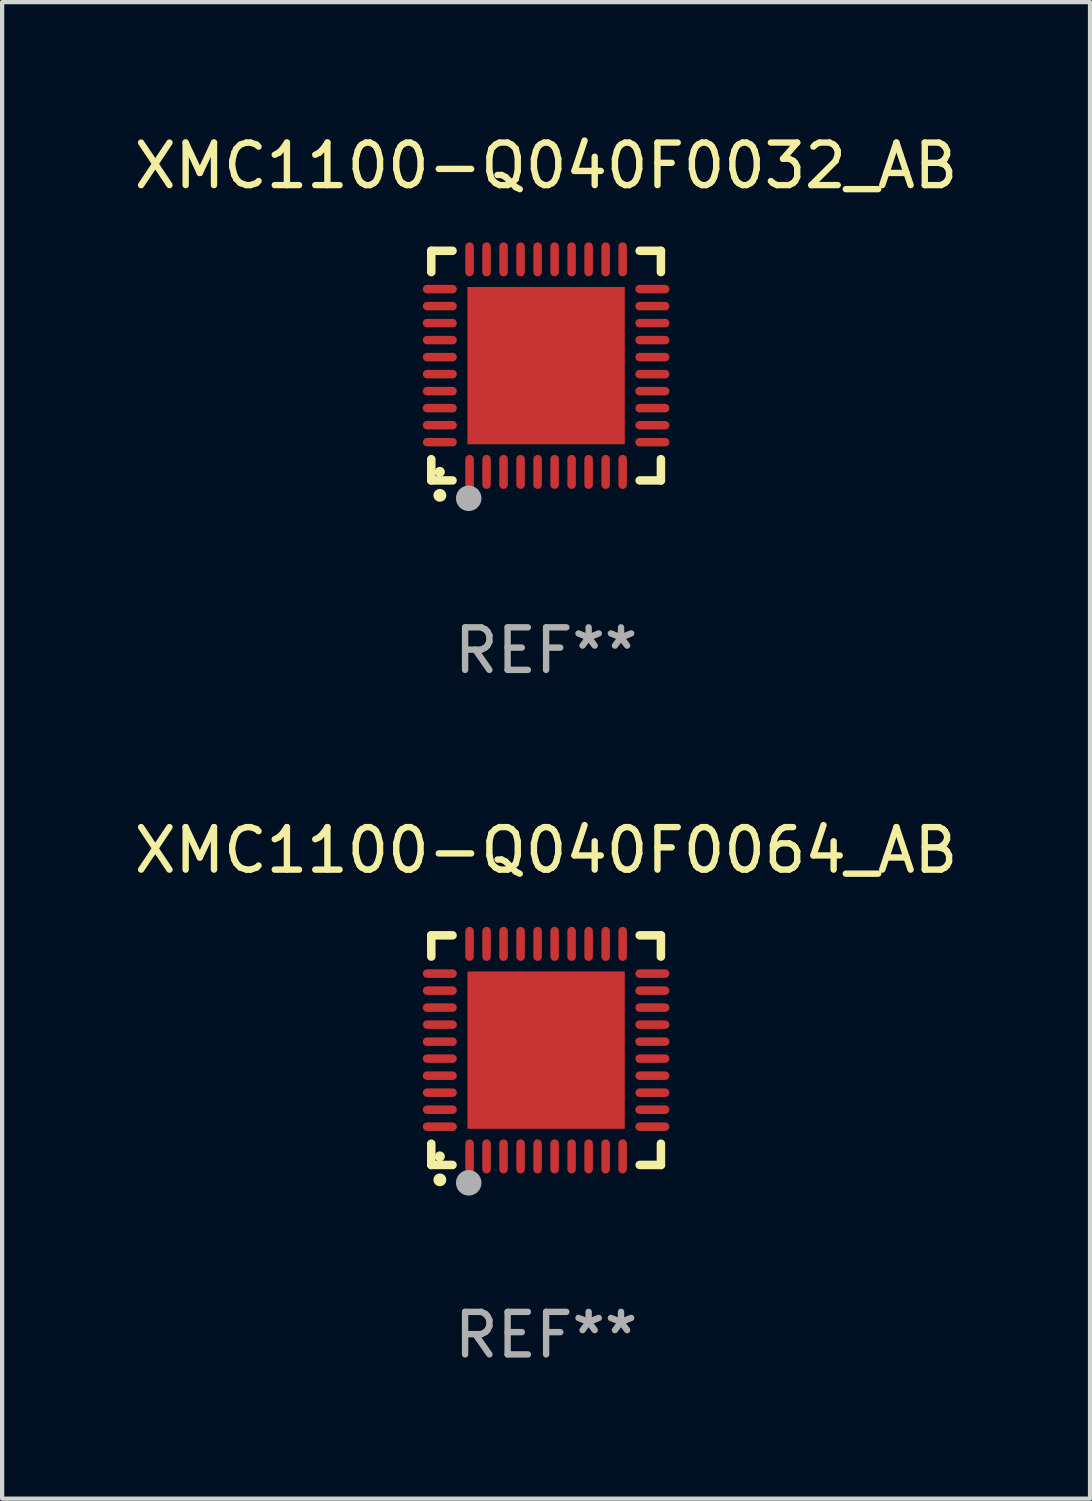
<source format=kicad_pcb>
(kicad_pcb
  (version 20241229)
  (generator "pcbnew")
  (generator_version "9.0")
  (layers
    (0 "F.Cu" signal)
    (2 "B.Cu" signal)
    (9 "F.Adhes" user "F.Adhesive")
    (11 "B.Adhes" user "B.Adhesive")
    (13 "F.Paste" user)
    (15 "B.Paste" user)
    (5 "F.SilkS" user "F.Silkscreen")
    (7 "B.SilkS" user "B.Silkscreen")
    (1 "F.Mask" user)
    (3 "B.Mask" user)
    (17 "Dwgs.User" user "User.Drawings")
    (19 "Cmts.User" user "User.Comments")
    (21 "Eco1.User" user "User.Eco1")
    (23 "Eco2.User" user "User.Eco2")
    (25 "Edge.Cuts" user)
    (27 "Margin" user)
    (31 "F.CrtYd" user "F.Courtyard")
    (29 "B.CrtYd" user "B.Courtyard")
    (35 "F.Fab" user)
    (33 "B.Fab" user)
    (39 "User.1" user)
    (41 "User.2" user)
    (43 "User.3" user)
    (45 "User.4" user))
  (footprint "XMC1100-Q040F0064_AB"
    (layer "F.Cu")
    (at 9.792 21.645)
    (property "Reference" "XMC1100-Q040F0064_AB" (at 0 -4.7 0) (layer "F.SilkS") (effects (font (size 1 1) (thickness 0.15))))
    (attr through_hole)
    (fp_line (start -2.7 -2.7) (end -2.7 -2.2) (stroke (width 0.2) (type solid)) (layer "F.SilkS"))
    (fp_line (start -2.7 2.7) (end -2.7 2.2) (stroke (width 0.2) (type solid)) (layer "F.SilkS"))
    (fp_line (start -2.2 -2.7) (end -2.7 -2.7) (stroke (width 0.2) (type solid)) (layer "F.SilkS"))
    (fp_line (start -2.2 2.7) (end -2.7 2.7) (stroke (width 0.2) (type solid)) (layer "F.SilkS"))
    (fp_line (start 2.7 -2.7) (end 2.2 -2.7) (stroke (width 0.2) (type solid)) (layer "F.SilkS"))
    (fp_line (start 2.7 -2.2) (end 2.7 -2.7) (stroke (width 0.2) (type solid)) (layer "F.SilkS"))
    (fp_line (start 2.7 2.2) (end 2.7 2.7) (stroke (width 0.2) (type solid)) (layer "F.SilkS"))
    (fp_line (start 2.7 2.7) (end 2.2 2.7) (stroke (width 0.2) (type solid)) (layer "F.SilkS"))
    (fp_arc (start -2.499365 3.050546) (mid -2.498095 3.050541) (end -2.496825 3.050546) (stroke (width 0.3) (type solid)) (layer "F.SilkS"))
    (fp_circle (center -2.5 2.5) (end -2.44 2.5) (stroke (width 0.12) (type solid)) (fill no) (layer "F.SilkS"))
    (fp_circle (center -1.82 3.12) (end -1.67 3.12) (stroke (width 0.3) (type solid)) (fill no) (layer "F.Fab"))
    (fp_text user "REF**" (at 0 6.7 0) (layer "F.Fab") (effects (font (size 1 1) (thickness 0.15))))
    (pad "1" smd oval (at -1.8 2.499) (size 0.2 0.8) (layers "F.Cu" "F.Mask" "F.Paste"))
    (pad "2" smd oval (at -1.4 2.499) (size 0.2 0.8) (layers "F.Cu" "F.Mask" "F.Paste"))
    (pad "3" smd oval (at -1 2.499) (size 0.2 0.8) (layers "F.Cu" "F.Mask" "F.Paste"))
    (pad "4" smd oval (at -0.6 2.499) (size 0.2 0.8) (layers "F.Cu" "F.Mask" "F.Paste"))
    (pad "5" smd oval (at -0.2 2.499) (size 0.2 0.8) (layers "F.Cu" "F.Mask" "F.Paste"))
    (pad "6" smd oval (at 0.2 2.499) (size 0.2 0.8) (layers "F.Cu" "F.Mask" "F.Paste"))
    (pad "7" smd oval (at 0.6 2.499) (size 0.2 0.8) (layers "F.Cu" "F.Mask" "F.Paste"))
    (pad "8" smd oval (at 1 2.499) (size 0.2 0.8) (layers "F.Cu" "F.Mask" "F.Paste"))
    (pad "9" smd oval (at 1.4 2.499) (size 0.2 0.8) (layers "F.Cu" "F.Mask" "F.Paste"))
    (pad "10" smd oval (at 1.8 2.499) (size 0.2 0.8) (layers "F.Cu" "F.Mask" "F.Paste"))
    (pad "11" smd oval (at 2.499 1.8) (size 0.8 0.2) (layers "F.Cu" "F.Mask" "F.Paste"))
    (pad "12" smd oval (at 2.499 1.4) (size 0.8 0.2) (layers "F.Cu" "F.Mask" "F.Paste"))
    (pad "13" smd oval (at 2.499 1) (size 0.8 0.2) (layers "F.Cu" "F.Mask" "F.Paste"))
    (pad "14" smd oval (at 2.499 0.6) (size 0.8 0.2) (layers "F.Cu" "F.Mask" "F.Paste"))
    (pad "15" smd oval (at 2.499 0.2) (size 0.8 0.2) (layers "F.Cu" "F.Mask" "F.Paste"))
    (pad "16" smd oval (at 2.499 -0.2) (size 0.8 0.2) (layers "F.Cu" "F.Mask" "F.Paste"))
    (pad "17" smd oval (at 2.499 -0.6) (size 0.8 0.2) (layers "F.Cu" "F.Mask" "F.Paste"))
    (pad "18" smd oval (at 2.499 -1) (size 0.8 0.2) (layers "F.Cu" "F.Mask" "F.Paste"))
    (pad "19" smd oval (at 2.499 -1.4) (size 0.8 0.2) (layers "F.Cu" "F.Mask" "F.Paste"))
    (pad "20" smd oval (at 2.499 -1.8) (size 0.8 0.2) (layers "F.Cu" "F.Mask" "F.Paste"))
    (pad "21" smd oval (at 1.8 -2.499) (size 0.2 0.8) (layers "F.Cu" "F.Mask" "F.Paste"))
    (pad "22" smd oval (at 1.4 -2.499) (size 0.2 0.8) (layers "F.Cu" "F.Mask" "F.Paste"))
    (pad "23" smd oval (at 1 -2.499) (size 0.2 0.8) (layers "F.Cu" "F.Mask" "F.Paste"))
    (pad "24" smd oval (at 0.6 -2.499) (size 0.2 0.8) (layers "F.Cu" "F.Mask" "F.Paste"))
    (pad "25" smd oval (at 0.2 -2.499) (size 0.2 0.8) (layers "F.Cu" "F.Mask" "F.Paste"))
    (pad "26" smd oval (at -0.2 -2.499) (size 0.2 0.8) (layers "F.Cu" "F.Mask" "F.Paste"))
    (pad "27" smd oval (at -0.6 -2.499) (size 0.2 0.8) (layers "F.Cu" "F.Mask" "F.Paste"))
    (pad "28" smd oval (at -1 -2.499) (size 0.2 0.8) (layers "F.Cu" "F.Mask" "F.Paste"))
    (pad "29" smd oval (at -1.4 -2.499) (size 0.2 0.8) (layers "F.Cu" "F.Mask" "F.Paste"))
    (pad "30" smd oval (at -1.8 -2.499) (size 0.2 0.8) (layers "F.Cu" "F.Mask" "F.Paste"))
    (pad "31" smd oval (at -2.499 -1.8) (size 0.8 0.2) (layers "F.Cu" "F.Mask" "F.Paste"))
    (pad "32" smd oval (at -2.499 -1.4) (size 0.8 0.2) (layers "F.Cu" "F.Mask" "F.Paste"))
    (pad "33" smd oval (at -2.499 -1) (size 0.8 0.2) (layers "F.Cu" "F.Mask" "F.Paste"))
    (pad "34" smd oval (at -2.499 -0.6) (size 0.8 0.2) (layers "F.Cu" "F.Mask" "F.Paste"))
    (pad "35" smd oval (at -2.499 -0.2) (size 0.8 0.2) (layers "F.Cu" "F.Mask" "F.Paste"))
    (pad "36" smd oval (at -2.499 0.2) (size 0.8 0.2) (layers "F.Cu" "F.Mask" "F.Paste"))
    (pad "37" smd oval (at -2.499 0.6) (size 0.8 0.2) (layers "F.Cu" "F.Mask" "F.Paste"))
    (pad "38" smd oval (at -2.499 1) (size 0.8 0.2) (layers "F.Cu" "F.Mask" "F.Paste"))
    (pad "39" smd oval (at -2.499 1.4) (size 0.8 0.2) (layers "F.Cu" "F.Mask" "F.Paste"))
    (pad "40" smd oval (at -2.499 1.8) (size 0.8 0.2) (layers "F.Cu" "F.Mask" "F.Paste"))
    (pad "41" smd rect (at 0 0) (size 3.7 3.7) (layers "F.Cu" "F.Mask" "F.Paste")))
  (footprint "XMC1100-Q040F0032_AB"
    (layer "F.Cu")
    (at 9.792 5.548)
    (property "Reference" "XMC1100-Q040F0032_AB" (at 0 -4.7 0) (layer "F.SilkS") (effects (font (size 1 1) (thickness 0.15))))
    (attr through_hole)
    (fp_line (start -2.7 -2.7) (end -2.7 -2.2) (stroke (width 0.2) (type solid)) (layer "F.SilkS"))
    (fp_line (start -2.7 2.7) (end -2.7 2.2) (stroke (width 0.2) (type solid)) (layer "F.SilkS"))
    (fp_line (start -2.2 -2.7) (end -2.7 -2.7) (stroke (width 0.2) (type solid)) (layer "F.SilkS"))
    (fp_line (start -2.2 2.7) (end -2.7 2.7) (stroke (width 0.2) (type solid)) (layer "F.SilkS"))
    (fp_line (start 2.7 -2.7) (end 2.2 -2.7) (stroke (width 0.2) (type solid)) (layer "F.SilkS"))
    (fp_line (start 2.7 -2.2) (end 2.7 -2.7) (stroke (width 0.2) (type solid)) (layer "F.SilkS"))
    (fp_line (start 2.7 2.2) (end 2.7 2.7) (stroke (width 0.2) (type solid)) (layer "F.SilkS"))
    (fp_line (start 2.7 2.7) (end 2.2 2.7) (stroke (width 0.2) (type solid)) (layer "F.SilkS"))
    (fp_arc (start -2.499365 3.050546) (mid -2.498095 3.050541) (end -2.496825 3.050546) (stroke (width 0.3) (type solid)) (layer "F.SilkS"))
    (fp_circle (center -2.5 2.5) (end -2.44 2.5) (stroke (width 0.12) (type solid)) (fill no) (layer "F.SilkS"))
    (fp_circle (center -1.82 3.12) (end -1.67 3.12) (stroke (width 0.3) (type solid)) (fill no) (layer "F.Fab"))
    (fp_text user "REF**" (at 0 6.7 0) (layer "F.Fab") (effects (font (size 1 1) (thickness 0.15))))
    (pad "1" smd oval (at -1.8 2.499) (size 0.2 0.8) (layers "F.Cu" "F.Mask" "F.Paste"))
    (pad "2" smd oval (at -1.4 2.499) (size 0.2 0.8) (layers "F.Cu" "F.Mask" "F.Paste"))
    (pad "3" smd oval (at -1 2.499) (size 0.2 0.8) (layers "F.Cu" "F.Mask" "F.Paste"))
    (pad "4" smd oval (at -0.6 2.499) (size 0.2 0.8) (layers "F.Cu" "F.Mask" "F.Paste"))
    (pad "5" smd oval (at -0.2 2.499) (size 0.2 0.8) (layers "F.Cu" "F.Mask" "F.Paste"))
    (pad "6" smd oval (at 0.2 2.499) (size 0.2 0.8) (layers "F.Cu" "F.Mask" "F.Paste"))
    (pad "7" smd oval (at 0.6 2.499) (size 0.2 0.8) (layers "F.Cu" "F.Mask" "F.Paste"))
    (pad "8" smd oval (at 1 2.499) (size 0.2 0.8) (layers "F.Cu" "F.Mask" "F.Paste"))
    (pad "9" smd oval (at 1.4 2.499) (size 0.2 0.8) (layers "F.Cu" "F.Mask" "F.Paste"))
    (pad "10" smd oval (at 1.8 2.499) (size 0.2 0.8) (layers "F.Cu" "F.Mask" "F.Paste"))
    (pad "11" smd oval (at 2.499 1.8) (size 0.8 0.2) (layers "F.Cu" "F.Mask" "F.Paste"))
    (pad "12" smd oval (at 2.499 1.4) (size 0.8 0.2) (layers "F.Cu" "F.Mask" "F.Paste"))
    (pad "13" smd oval (at 2.499 1) (size 0.8 0.2) (layers "F.Cu" "F.Mask" "F.Paste"))
    (pad "14" smd oval (at 2.499 0.6) (size 0.8 0.2) (layers "F.Cu" "F.Mask" "F.Paste"))
    (pad "15" smd oval (at 2.499 0.2) (size 0.8 0.2) (layers "F.Cu" "F.Mask" "F.Paste"))
    (pad "16" smd oval (at 2.499 -0.2) (size 0.8 0.2) (layers "F.Cu" "F.Mask" "F.Paste"))
    (pad "17" smd oval (at 2.499 -0.6) (size 0.8 0.2) (layers "F.Cu" "F.Mask" "F.Paste"))
    (pad "18" smd oval (at 2.499 -1) (size 0.8 0.2) (layers "F.Cu" "F.Mask" "F.Paste"))
    (pad "19" smd oval (at 2.499 -1.4) (size 0.8 0.2) (layers "F.Cu" "F.Mask" "F.Paste"))
    (pad "20" smd oval (at 2.499 -1.8) (size 0.8 0.2) (layers "F.Cu" "F.Mask" "F.Paste"))
    (pad "21" smd oval (at 1.8 -2.499) (size 0.2 0.8) (layers "F.Cu" "F.Mask" "F.Paste"))
    (pad "22" smd oval (at 1.4 -2.499) (size 0.2 0.8) (layers "F.Cu" "F.Mask" "F.Paste"))
    (pad "23" smd oval (at 1 -2.499) (size 0.2 0.8) (layers "F.Cu" "F.Mask" "F.Paste"))
    (pad "24" smd oval (at 0.6 -2.499) (size 0.2 0.8) (layers "F.Cu" "F.Mask" "F.Paste"))
    (pad "25" smd oval (at 0.2 -2.499) (size 0.2 0.8) (layers "F.Cu" "F.Mask" "F.Paste"))
    (pad "26" smd oval (at -0.2 -2.499) (size 0.2 0.8) (layers "F.Cu" "F.Mask" "F.Paste"))
    (pad "27" smd oval (at -0.6 -2.499) (size 0.2 0.8) (layers "F.Cu" "F.Mask" "F.Paste"))
    (pad "28" smd oval (at -1 -2.499) (size 0.2 0.8) (layers "F.Cu" "F.Mask" "F.Paste"))
    (pad "29" smd oval (at -1.4 -2.499) (size 0.2 0.8) (layers "F.Cu" "F.Mask" "F.Paste"))
    (pad "30" smd oval (at -1.8 -2.499) (size 0.2 0.8) (layers "F.Cu" "F.Mask" "F.Paste"))
    (pad "31" smd oval (at -2.499 -1.8) (size 0.8 0.2) (layers "F.Cu" "F.Mask" "F.Paste"))
    (pad "32" smd oval (at -2.499 -1.4) (size 0.8 0.2) (layers "F.Cu" "F.Mask" "F.Paste"))
    (pad "33" smd oval (at -2.499 -1) (size 0.8 0.2) (layers "F.Cu" "F.Mask" "F.Paste"))
    (pad "34" smd oval (at -2.499 -0.6) (size 0.8 0.2) (layers "F.Cu" "F.Mask" "F.Paste"))
    (pad "35" smd oval (at -2.499 -0.2) (size 0.8 0.2) (layers "F.Cu" "F.Mask" "F.Paste"))
    (pad "36" smd oval (at -2.499 0.2) (size 0.8 0.2) (layers "F.Cu" "F.Mask" "F.Paste"))
    (pad "37" smd oval (at -2.499 0.6) (size 0.8 0.2) (layers "F.Cu" "F.Mask" "F.Paste"))
    (pad "38" smd oval (at -2.499 1) (size 0.8 0.2) (layers "F.Cu" "F.Mask" "F.Paste"))
    (pad "39" smd oval (at -2.499 1.4) (size 0.8 0.2) (layers "F.Cu" "F.Mask" "F.Paste"))
    (pad "40" smd oval (at -2.499 1.8) (size 0.8 0.2) (layers "F.Cu" "F.Mask" "F.Paste"))
    (pad "41" smd rect (at 0 0) (size 3.7 3.7) (layers "F.Cu" "F.Mask" "F.Paste")))
  (gr_rect
    (start -3 -3)
    (end 22.583 32.193)
    (stroke (width 0.1) (type default))
    (fill no)
    (layer "Edge.Cuts")))
</source>
